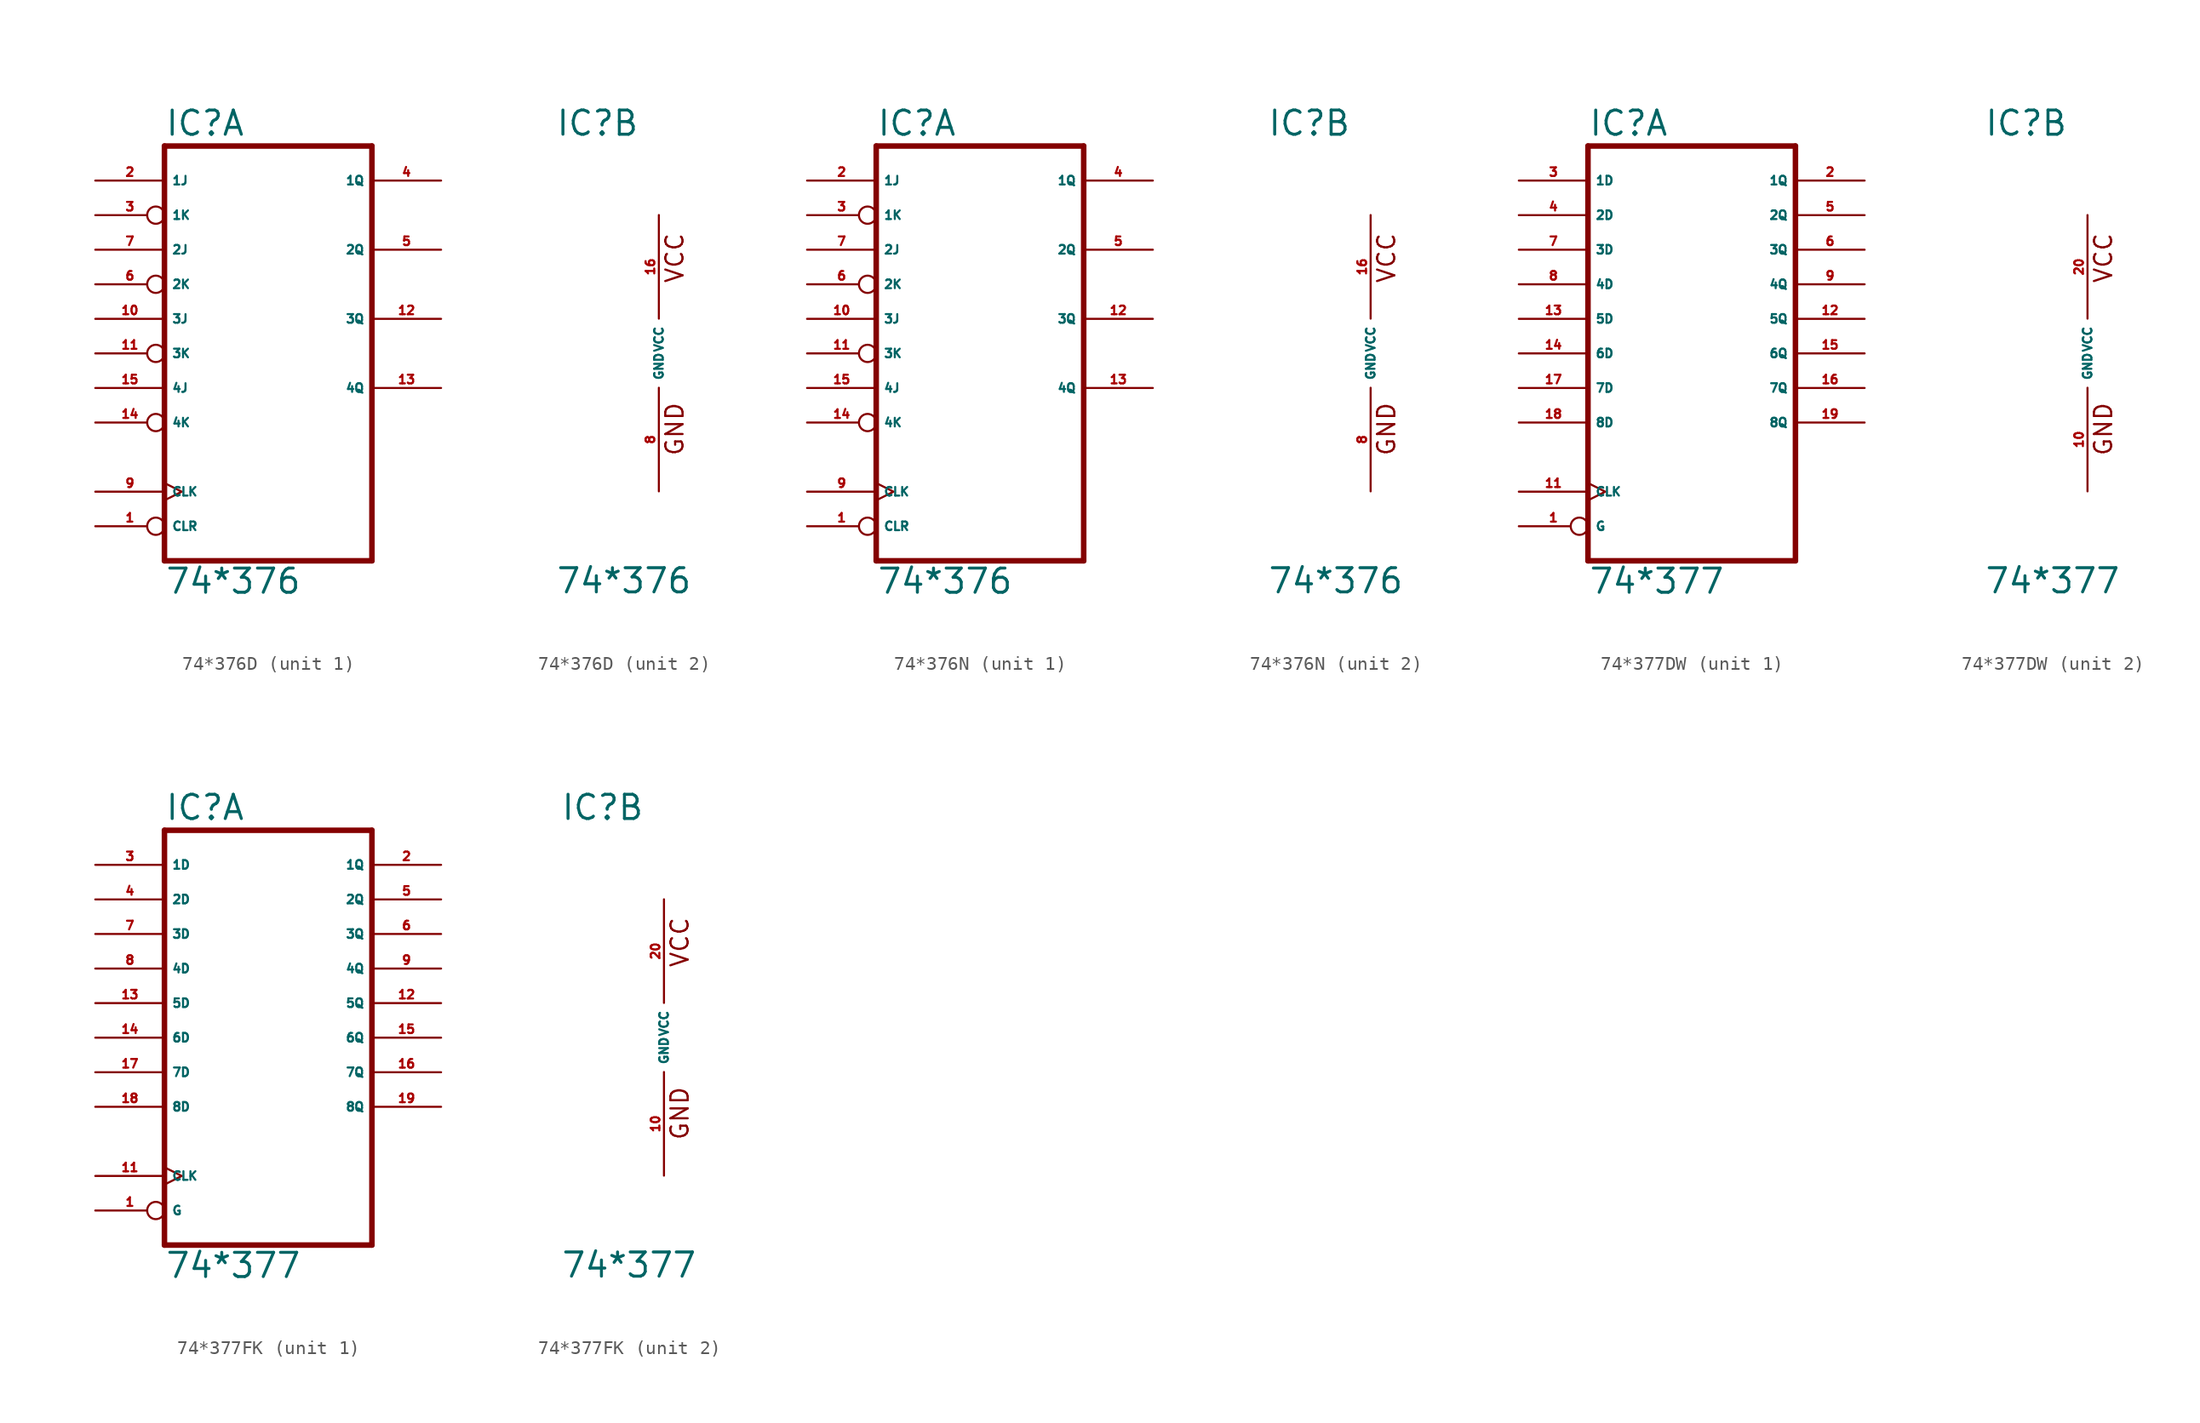
<source format=kicad_sym>
(kicad_symbol_lib
  (version 20220914)
  (generator Eagle2Kicad)
  (symbol "74*376D"
    (property "Reference" "IC"
      (at -7.62 15.875 0)
      (effects (font (size 1.778 1.778) (thickness 0.22)) (justify left bottom)))
    (property "Value" "74*376"
      (at -7.62 -17.78 0)
      (effects (font (size 1.778 1.778) (thickness 0.22)) (justify left bottom)))
    (symbol "74*376D_1_0"
      (polyline (pts (xy -7.62 -15.24) (xy 7.62 -15.24)) (stroke (width 0.406) (type default)) (fill (type none)))
      (polyline (pts (xy 7.62 -15.24) (xy 7.62 15.24)) (stroke (width 0.406) (type default)) (fill (type none)))
      (polyline (pts (xy 7.62 15.24) (xy -7.62 15.24)) (stroke (width 0.406) (type default)) (fill (type none)))
      (polyline (pts (xy -7.62 15.24) (xy -7.62 -15.24)) (stroke (width 0.406) (type default)) (fill (type none)))
      (pin input inverted (at -12.7 -12.7 0) (length 5.08) (name "CLR" (effects (font (size 0.635 0.635) (thickness 0.08)) (justify left bottom))) (number "1" (effects (font (size 0.635 0.635) (thickness 0.08)) (justify left bottom))))
      (pin input line (at -12.7 12.7 0) (length 5.08) (name "1J" (effects (font (size 0.635 0.635) (thickness 0.08)) (justify left bottom))) (number "2" (effects (font (size 0.635 0.635) (thickness 0.08)) (justify left bottom))))
      (pin input inverted (at -12.7 10.16 0) (length 5.08) (name "1K" (effects (font (size 0.635 0.635) (thickness 0.08)) (justify left bottom))) (number "3" (effects (font (size 0.635 0.635) (thickness 0.08)) (justify left bottom))))
      (pin output line (at 12.7 12.7 180) (length 5.08) (name "1Q" (effects (font (size 0.635 0.635) (thickness 0.08)) (justify left bottom))) (number "4" (effects (font (size 0.635 0.635) (thickness 0.08)) (justify left bottom))))
      (pin output line (at 12.7 7.62 180) (length 5.08) (name "2Q" (effects (font (size 0.635 0.635) (thickness 0.08)) (justify left bottom))) (number "5" (effects (font (size 0.635 0.635) (thickness 0.08)) (justify left bottom))))
      (pin input inverted (at -12.7 5.08 0) (length 5.08) (name "2K" (effects (font (size 0.635 0.635) (thickness 0.08)) (justify left bottom))) (number "6" (effects (font (size 0.635 0.635) (thickness 0.08)) (justify left bottom))))
      (pin input line (at -12.7 7.62 0) (length 5.08) (name "2J" (effects (font (size 0.635 0.635) (thickness 0.08)) (justify left bottom))) (number "7" (effects (font (size 0.635 0.635) (thickness 0.08)) (justify left bottom))))
      (pin input clock (at -12.7 -10.16 0) (length 5.08) (name "CLK" (effects (font (size 0.635 0.635) (thickness 0.08)) (justify left bottom))) (number "9" (effects (font (size 0.635 0.635) (thickness 0.08)) (justify left bottom))))
      (pin input line (at -12.7 2.54 0) (length 5.08) (name "3J" (effects (font (size 0.635 0.635) (thickness 0.08)) (justify left bottom))) (number "10" (effects (font (size 0.635 0.635) (thickness 0.08)) (justify left bottom))))
      (pin input inverted (at -12.7 0 0) (length 5.08) (name "3K" (effects (font (size 0.635 0.635) (thickness 0.08)) (justify left bottom))) (number "11" (effects (font (size 0.635 0.635) (thickness 0.08)) (justify left bottom))))
      (pin output line (at 12.7 2.54 180) (length 5.08) (name "3Q" (effects (font (size 0.635 0.635) (thickness 0.08)) (justify left bottom))) (number "12" (effects (font (size 0.635 0.635) (thickness 0.08)) (justify left bottom))))
      (pin output line (at 12.7 -2.54 180) (length 5.08) (name "4Q" (effects (font (size 0.635 0.635) (thickness 0.08)) (justify left bottom))) (number "13" (effects (font (size 0.635 0.635) (thickness 0.08)) (justify left bottom))))
      (pin input inverted (at -12.7 -5.08 0) (length 5.08) (name "4K" (effects (font (size 0.635 0.635) (thickness 0.08)) (justify left bottom))) (number "14" (effects (font (size 0.635 0.635) (thickness 0.08)) (justify left bottom))))
      (pin input line (at -12.7 -2.54 0) (length 5.08) (name "4J" (effects (font (size 0.635 0.635) (thickness 0.08)) (justify left bottom))) (number "15" (effects (font (size 0.635 0.635) (thickness 0.08)) (justify left bottom)))))
    (symbol "74*376D_2_0"
      (text "GND" (at 1.905 -7.62 900) (effects (font (size 1.27 1.27) (thickness 0.16)) (justify left bottom)))
      (text "VCC" (at 1.905 5.08 900) (effects (font (size 1.27 1.27) (thickness 0.16)) (justify left bottom)))
      (pin unspecified line (at 0 -10.16 90) (length 7.62) (name "GND" (effects (font (size 0.635 0.635) (thickness 0.08)) (justify left bottom))) (number "8" (effects (font (size 0.635 0.635) (thickness 0.08)) (justify left bottom))))
      (pin unspecified line (at 0 10.16 270) (length 7.62) (name "VCC" (effects (font (size 0.635 0.635) (thickness 0.08)) (justify left bottom))) (number "16" (effects (font (size 0.635 0.635) (thickness 0.08)) (justify left bottom))))))
  (symbol "74*376N"
    (property "Reference" "IC"
      (at -7.62 15.875 0)
      (effects (font (size 1.778 1.778) (thickness 0.22)) (justify left bottom)))
    (property "Value" "74*376"
      (at -7.62 -17.78 0)
      (effects (font (size 1.778 1.778) (thickness 0.22)) (justify left bottom)))
    (symbol "74*376N_1_0"
      (polyline (pts (xy -7.62 -15.24) (xy 7.62 -15.24)) (stroke (width 0.406) (type default)) (fill (type none)))
      (polyline (pts (xy 7.62 -15.24) (xy 7.62 15.24)) (stroke (width 0.406) (type default)) (fill (type none)))
      (polyline (pts (xy 7.62 15.24) (xy -7.62 15.24)) (stroke (width 0.406) (type default)) (fill (type none)))
      (polyline (pts (xy -7.62 15.24) (xy -7.62 -15.24)) (stroke (width 0.406) (type default)) (fill (type none)))
      (pin input inverted (at -12.7 -12.7 0) (length 5.08) (name "CLR" (effects (font (size 0.635 0.635) (thickness 0.08)) (justify left bottom))) (number "1" (effects (font (size 0.635 0.635) (thickness 0.08)) (justify left bottom))))
      (pin input line (at -12.7 12.7 0) (length 5.08) (name "1J" (effects (font (size 0.635 0.635) (thickness 0.08)) (justify left bottom))) (number "2" (effects (font (size 0.635 0.635) (thickness 0.08)) (justify left bottom))))
      (pin input inverted (at -12.7 10.16 0) (length 5.08) (name "1K" (effects (font (size 0.635 0.635) (thickness 0.08)) (justify left bottom))) (number "3" (effects (font (size 0.635 0.635) (thickness 0.08)) (justify left bottom))))
      (pin output line (at 12.7 12.7 180) (length 5.08) (name "1Q" (effects (font (size 0.635 0.635) (thickness 0.08)) (justify left bottom))) (number "4" (effects (font (size 0.635 0.635) (thickness 0.08)) (justify left bottom))))
      (pin output line (at 12.7 7.62 180) (length 5.08) (name "2Q" (effects (font (size 0.635 0.635) (thickness 0.08)) (justify left bottom))) (number "5" (effects (font (size 0.635 0.635) (thickness 0.08)) (justify left bottom))))
      (pin input inverted (at -12.7 5.08 0) (length 5.08) (name "2K" (effects (font (size 0.635 0.635) (thickness 0.08)) (justify left bottom))) (number "6" (effects (font (size 0.635 0.635) (thickness 0.08)) (justify left bottom))))
      (pin input line (at -12.7 7.62 0) (length 5.08) (name "2J" (effects (font (size 0.635 0.635) (thickness 0.08)) (justify left bottom))) (number "7" (effects (font (size 0.635 0.635) (thickness 0.08)) (justify left bottom))))
      (pin input clock (at -12.7 -10.16 0) (length 5.08) (name "CLK" (effects (font (size 0.635 0.635) (thickness 0.08)) (justify left bottom))) (number "9" (effects (font (size 0.635 0.635) (thickness 0.08)) (justify left bottom))))
      (pin input line (at -12.7 2.54 0) (length 5.08) (name "3J" (effects (font (size 0.635 0.635) (thickness 0.08)) (justify left bottom))) (number "10" (effects (font (size 0.635 0.635) (thickness 0.08)) (justify left bottom))))
      (pin input inverted (at -12.7 0 0) (length 5.08) (name "3K" (effects (font (size 0.635 0.635) (thickness 0.08)) (justify left bottom))) (number "11" (effects (font (size 0.635 0.635) (thickness 0.08)) (justify left bottom))))
      (pin output line (at 12.7 2.54 180) (length 5.08) (name "3Q" (effects (font (size 0.635 0.635) (thickness 0.08)) (justify left bottom))) (number "12" (effects (font (size 0.635 0.635) (thickness 0.08)) (justify left bottom))))
      (pin output line (at 12.7 -2.54 180) (length 5.08) (name "4Q" (effects (font (size 0.635 0.635) (thickness 0.08)) (justify left bottom))) (number "13" (effects (font (size 0.635 0.635) (thickness 0.08)) (justify left bottom))))
      (pin input inverted (at -12.7 -5.08 0) (length 5.08) (name "4K" (effects (font (size 0.635 0.635) (thickness 0.08)) (justify left bottom))) (number "14" (effects (font (size 0.635 0.635) (thickness 0.08)) (justify left bottom))))
      (pin input line (at -12.7 -2.54 0) (length 5.08) (name "4J" (effects (font (size 0.635 0.635) (thickness 0.08)) (justify left bottom))) (number "15" (effects (font (size 0.635 0.635) (thickness 0.08)) (justify left bottom)))))
    (symbol "74*376N_2_0"
      (text "GND" (at 1.905 -7.62 900) (effects (font (size 1.27 1.27) (thickness 0.16)) (justify left bottom)))
      (text "VCC" (at 1.905 5.08 900) (effects (font (size 1.27 1.27) (thickness 0.16)) (justify left bottom)))
      (pin unspecified line (at 0 -10.16 90) (length 7.62) (name "GND" (effects (font (size 0.635 0.635) (thickness 0.08)) (justify left bottom))) (number "8" (effects (font (size 0.635 0.635) (thickness 0.08)) (justify left bottom))))
      (pin unspecified line (at 0 10.16 270) (length 7.62) (name "VCC" (effects (font (size 0.635 0.635) (thickness 0.08)) (justify left bottom))) (number "16" (effects (font (size 0.635 0.635) (thickness 0.08)) (justify left bottom))))))
  (symbol "74*377DW"
    (property "Reference" "IC"
      (at -7.62 15.875 0)
      (effects (font (size 1.778 1.778) (thickness 0.22)) (justify left bottom)))
    (property "Value" "74*377"
      (at -7.62 -17.78 0)
      (effects (font (size 1.778 1.778) (thickness 0.22)) (justify left bottom)))
    (symbol "74*377DW_1_0"
      (polyline (pts (xy -7.62 -15.24) (xy 7.62 -15.24)) (stroke (width 0.406) (type default)) (fill (type none)))
      (polyline (pts (xy 7.62 -15.24) (xy 7.62 15.24)) (stroke (width 0.406) (type default)) (fill (type none)))
      (polyline (pts (xy 7.62 15.24) (xy -7.62 15.24)) (stroke (width 0.406) (type default)) (fill (type none)))
      (polyline (pts (xy -7.62 15.24) (xy -7.62 -15.24)) (stroke (width 0.406) (type default)) (fill (type none)))
      (pin input inverted (at -12.7 -12.7 0) (length 5.08) (name "G" (effects (font (size 0.635 0.635) (thickness 0.08)) (justify left bottom))) (number "1" (effects (font (size 0.635 0.635) (thickness 0.08)) (justify left bottom))))
      (pin output line (at 12.7 12.7 180) (length 5.08) (name "1Q" (effects (font (size 0.635 0.635) (thickness 0.08)) (justify left bottom))) (number "2" (effects (font (size 0.635 0.635) (thickness 0.08)) (justify left bottom))))
      (pin input line (at -12.7 12.7 0) (length 5.08) (name "1D" (effects (font (size 0.635 0.635) (thickness 0.08)) (justify left bottom))) (number "3" (effects (font (size 0.635 0.635) (thickness 0.08)) (justify left bottom))))
      (pin input line (at -12.7 10.16 0) (length 5.08) (name "2D" (effects (font (size 0.635 0.635) (thickness 0.08)) (justify left bottom))) (number "4" (effects (font (size 0.635 0.635) (thickness 0.08)) (justify left bottom))))
      (pin output line (at 12.7 10.16 180) (length 5.08) (name "2Q" (effects (font (size 0.635 0.635) (thickness 0.08)) (justify left bottom))) (number "5" (effects (font (size 0.635 0.635) (thickness 0.08)) (justify left bottom))))
      (pin output line (at 12.7 7.62 180) (length 5.08) (name "3Q" (effects (font (size 0.635 0.635) (thickness 0.08)) (justify left bottom))) (number "6" (effects (font (size 0.635 0.635) (thickness 0.08)) (justify left bottom))))
      (pin input line (at -12.7 7.62 0) (length 5.08) (name "3D" (effects (font (size 0.635 0.635) (thickness 0.08)) (justify left bottom))) (number "7" (effects (font (size 0.635 0.635) (thickness 0.08)) (justify left bottom))))
      (pin input line (at -12.7 5.08 0) (length 5.08) (name "4D" (effects (font (size 0.635 0.635) (thickness 0.08)) (justify left bottom))) (number "8" (effects (font (size 0.635 0.635) (thickness 0.08)) (justify left bottom))))
      (pin output line (at 12.7 5.08 180) (length 5.08) (name "4Q" (effects (font (size 0.635 0.635) (thickness 0.08)) (justify left bottom))) (number "9" (effects (font (size 0.635 0.635) (thickness 0.08)) (justify left bottom))))
      (pin input clock (at -12.7 -10.16 0) (length 5.08) (name "CLK" (effects (font (size 0.635 0.635) (thickness 0.08)) (justify left bottom))) (number "11" (effects (font (size 0.635 0.635) (thickness 0.08)) (justify left bottom))))
      (pin output line (at 12.7 2.54 180) (length 5.08) (name "5Q" (effects (font (size 0.635 0.635) (thickness 0.08)) (justify left bottom))) (number "12" (effects (font (size 0.635 0.635) (thickness 0.08)) (justify left bottom))))
      (pin input line (at -12.7 2.54 0) (length 5.08) (name "5D" (effects (font (size 0.635 0.635) (thickness 0.08)) (justify left bottom))) (number "13" (effects (font (size 0.635 0.635) (thickness 0.08)) (justify left bottom))))
      (pin input line (at -12.7 0 0) (length 5.08) (name "6D" (effects (font (size 0.635 0.635) (thickness 0.08)) (justify left bottom))) (number "14" (effects (font (size 0.635 0.635) (thickness 0.08)) (justify left bottom))))
      (pin output line (at 12.7 0 180) (length 5.08) (name "6Q" (effects (font (size 0.635 0.635) (thickness 0.08)) (justify left bottom))) (number "15" (effects (font (size 0.635 0.635) (thickness 0.08)) (justify left bottom))))
      (pin output line (at 12.7 -2.54 180) (length 5.08) (name "7Q" (effects (font (size 0.635 0.635) (thickness 0.08)) (justify left bottom))) (number "16" (effects (font (size 0.635 0.635) (thickness 0.08)) (justify left bottom))))
      (pin input line (at -12.7 -2.54 0) (length 5.08) (name "7D" (effects (font (size 0.635 0.635) (thickness 0.08)) (justify left bottom))) (number "17" (effects (font (size 0.635 0.635) (thickness 0.08)) (justify left bottom))))
      (pin input line (at -12.7 -5.08 0) (length 5.08) (name "8D" (effects (font (size 0.635 0.635) (thickness 0.08)) (justify left bottom))) (number "18" (effects (font (size 0.635 0.635) (thickness 0.08)) (justify left bottom))))
      (pin output line (at 12.7 -5.08 180) (length 5.08) (name "8Q" (effects (font (size 0.635 0.635) (thickness 0.08)) (justify left bottom))) (number "19" (effects (font (size 0.635 0.635) (thickness 0.08)) (justify left bottom)))))
    (symbol "74*377DW_2_0"
      (text "GND" (at 1.905 -7.62 900) (effects (font (size 1.27 1.27) (thickness 0.16)) (justify left bottom)))
      (text "VCC" (at 1.905 5.08 900) (effects (font (size 1.27 1.27) (thickness 0.16)) (justify left bottom)))
      (pin unspecified line (at 0 -10.16 90) (length 7.62) (name "GND" (effects (font (size 0.635 0.635) (thickness 0.08)) (justify left bottom))) (number "10" (effects (font (size 0.635 0.635) (thickness 0.08)) (justify left bottom))))
      (pin unspecified line (at 0 10.16 270) (length 7.62) (name "VCC" (effects (font (size 0.635 0.635) (thickness 0.08)) (justify left bottom))) (number "20" (effects (font (size 0.635 0.635) (thickness 0.08)) (justify left bottom))))))
  (symbol "74*377FK"
    (property "Reference" "IC"
      (at -7.62 15.875 0)
      (effects (font (size 1.778 1.778) (thickness 0.22)) (justify left bottom)))
    (property "Value" "74*377"
      (at -7.62 -17.78 0)
      (effects (font (size 1.778 1.778) (thickness 0.22)) (justify left bottom)))
    (symbol "74*377FK_1_0"
      (polyline (pts (xy -7.62 -15.24) (xy 7.62 -15.24)) (stroke (width 0.406) (type default)) (fill (type none)))
      (polyline (pts (xy 7.62 -15.24) (xy 7.62 15.24)) (stroke (width 0.406) (type default)) (fill (type none)))
      (polyline (pts (xy 7.62 15.24) (xy -7.62 15.24)) (stroke (width 0.406) (type default)) (fill (type none)))
      (polyline (pts (xy -7.62 15.24) (xy -7.62 -15.24)) (stroke (width 0.406) (type default)) (fill (type none)))
      (pin input inverted (at -12.7 -12.7 0) (length 5.08) (name "G" (effects (font (size 0.635 0.635) (thickness 0.08)) (justify left bottom))) (number "1" (effects (font (size 0.635 0.635) (thickness 0.08)) (justify left bottom))))
      (pin output line (at 12.7 12.7 180) (length 5.08) (name "1Q" (effects (font (size 0.635 0.635) (thickness 0.08)) (justify left bottom))) (number "2" (effects (font (size 0.635 0.635) (thickness 0.08)) (justify left bottom))))
      (pin input line (at -12.7 12.7 0) (length 5.08) (name "1D" (effects (font (size 0.635 0.635) (thickness 0.08)) (justify left bottom))) (number "3" (effects (font (size 0.635 0.635) (thickness 0.08)) (justify left bottom))))
      (pin input line (at -12.7 10.16 0) (length 5.08) (name "2D" (effects (font (size 0.635 0.635) (thickness 0.08)) (justify left bottom))) (number "4" (effects (font (size 0.635 0.635) (thickness 0.08)) (justify left bottom))))
      (pin output line (at 12.7 10.16 180) (length 5.08) (name "2Q" (effects (font (size 0.635 0.635) (thickness 0.08)) (justify left bottom))) (number "5" (effects (font (size 0.635 0.635) (thickness 0.08)) (justify left bottom))))
      (pin output line (at 12.7 7.62 180) (length 5.08) (name "3Q" (effects (font (size 0.635 0.635) (thickness 0.08)) (justify left bottom))) (number "6" (effects (font (size 0.635 0.635) (thickness 0.08)) (justify left bottom))))
      (pin input line (at -12.7 7.62 0) (length 5.08) (name "3D" (effects (font (size 0.635 0.635) (thickness 0.08)) (justify left bottom))) (number "7" (effects (font (size 0.635 0.635) (thickness 0.08)) (justify left bottom))))
      (pin input line (at -12.7 5.08 0) (length 5.08) (name "4D" (effects (font (size 0.635 0.635) (thickness 0.08)) (justify left bottom))) (number "8" (effects (font (size 0.635 0.635) (thickness 0.08)) (justify left bottom))))
      (pin output line (at 12.7 5.08 180) (length 5.08) (name "4Q" (effects (font (size 0.635 0.635) (thickness 0.08)) (justify left bottom))) (number "9" (effects (font (size 0.635 0.635) (thickness 0.08)) (justify left bottom))))
      (pin input clock (at -12.7 -10.16 0) (length 5.08) (name "CLK" (effects (font (size 0.635 0.635) (thickness 0.08)) (justify left bottom))) (number "11" (effects (font (size 0.635 0.635) (thickness 0.08)) (justify left bottom))))
      (pin output line (at 12.7 2.54 180) (length 5.08) (name "5Q" (effects (font (size 0.635 0.635) (thickness 0.08)) (justify left bottom))) (number "12" (effects (font (size 0.635 0.635) (thickness 0.08)) (justify left bottom))))
      (pin input line (at -12.7 2.54 0) (length 5.08) (name "5D" (effects (font (size 0.635 0.635) (thickness 0.08)) (justify left bottom))) (number "13" (effects (font (size 0.635 0.635) (thickness 0.08)) (justify left bottom))))
      (pin input line (at -12.7 0 0) (length 5.08) (name "6D" (effects (font (size 0.635 0.635) (thickness 0.08)) (justify left bottom))) (number "14" (effects (font (size 0.635 0.635) (thickness 0.08)) (justify left bottom))))
      (pin output line (at 12.7 0 180) (length 5.08) (name "6Q" (effects (font (size 0.635 0.635) (thickness 0.08)) (justify left bottom))) (number "15" (effects (font (size 0.635 0.635) (thickness 0.08)) (justify left bottom))))
      (pin output line (at 12.7 -2.54 180) (length 5.08) (name "7Q" (effects (font (size 0.635 0.635) (thickness 0.08)) (justify left bottom))) (number "16" (effects (font (size 0.635 0.635) (thickness 0.08)) (justify left bottom))))
      (pin input line (at -12.7 -2.54 0) (length 5.08) (name "7D" (effects (font (size 0.635 0.635) (thickness 0.08)) (justify left bottom))) (number "17" (effects (font (size 0.635 0.635) (thickness 0.08)) (justify left bottom))))
      (pin input line (at -12.7 -5.08 0) (length 5.08) (name "8D" (effects (font (size 0.635 0.635) (thickness 0.08)) (justify left bottom))) (number "18" (effects (font (size 0.635 0.635) (thickness 0.08)) (justify left bottom))))
      (pin output line (at 12.7 -5.08 180) (length 5.08) (name "8Q" (effects (font (size 0.635 0.635) (thickness 0.08)) (justify left bottom))) (number "19" (effects (font (size 0.635 0.635) (thickness 0.08)) (justify left bottom)))))
    (symbol "74*377FK_2_0"
      (text "GND" (at 1.905 -7.62 900) (effects (font (size 1.27 1.27) (thickness 0.16)) (justify left bottom)))
      (text "VCC" (at 1.905 5.08 900) (effects (font (size 1.27 1.27) (thickness 0.16)) (justify left bottom)))
      (pin unspecified line (at 0 -10.16 90) (length 7.62) (name "GND" (effects (font (size 0.635 0.635) (thickness 0.08)) (justify left bottom))) (number "10" (effects (font (size 0.635 0.635) (thickness 0.08)) (justify left bottom))))
      (pin unspecified line (at 0 10.16 270) (length 7.62) (name "VCC" (effects (font (size 0.635 0.635) (thickness 0.08)) (justify left bottom))) (number "20" (effects (font (size 0.635 0.635) (thickness 0.08)) (justify left bottom)))))))
</source>
